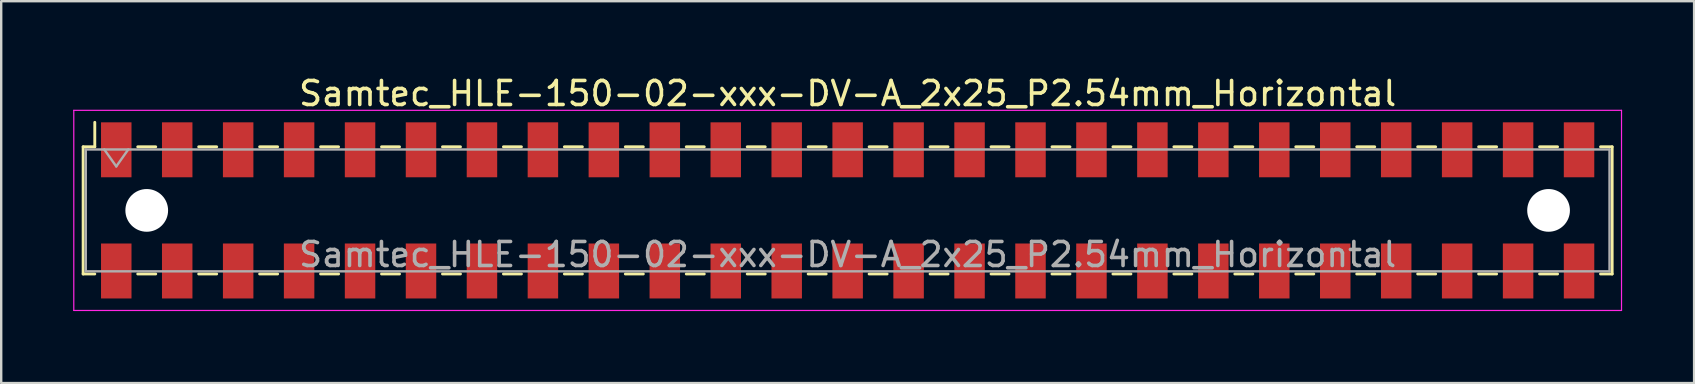
<source format=kicad_pcb>
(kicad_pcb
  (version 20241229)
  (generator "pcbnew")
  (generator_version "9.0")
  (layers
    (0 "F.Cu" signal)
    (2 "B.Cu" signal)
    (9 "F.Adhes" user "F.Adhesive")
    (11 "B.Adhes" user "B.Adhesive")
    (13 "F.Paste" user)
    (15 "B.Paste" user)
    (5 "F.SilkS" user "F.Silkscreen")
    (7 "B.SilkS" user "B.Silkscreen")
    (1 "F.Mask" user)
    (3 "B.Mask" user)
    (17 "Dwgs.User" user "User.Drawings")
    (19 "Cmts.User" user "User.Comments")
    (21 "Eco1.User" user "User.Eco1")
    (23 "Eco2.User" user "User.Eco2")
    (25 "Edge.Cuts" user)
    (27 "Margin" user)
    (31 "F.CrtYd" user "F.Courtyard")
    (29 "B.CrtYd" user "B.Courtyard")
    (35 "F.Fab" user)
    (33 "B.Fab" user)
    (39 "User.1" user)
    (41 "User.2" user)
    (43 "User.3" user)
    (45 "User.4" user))
  (footprint "Samtec_HLE-150-02-xxx-DV-A_2x25_P2.54mm_Horizontal"
    (layer "F.Cu")
    (at 32.275 5.718)
    (property "Reference" "Samtec_HLE-150-02-xxx-DV-A_2x25_P2.54mm_Horizontal" (at 0 -4.87 0) (layer "F.SilkS") (effects (font (size 1 1) (thickness 0.15))))
    (attr smd)
    (fp_line (start -31.86 -2.65) (end -31.86 2.65) (stroke (width 0.12) (type solid)) (layer "F.SilkS"))
    (fp_line (start -31.86 2.65) (end -31.375 2.65) (stroke (width 0.12) (type solid)) (layer "F.SilkS"))
    (fp_line (start -31.375 -3.67) (end -31.375 -2.65) (stroke (width 0.12) (type solid)) (layer "F.SilkS"))
    (fp_line (start -31.375 -2.65) (end -31.86 -2.65) (stroke (width 0.12) (type solid)) (layer "F.SilkS"))
    (fp_line (start -29.585 -2.65) (end -28.835 -2.65) (stroke (width 0.12) (type solid)) (layer "F.SilkS"))
    (fp_line (start -29.585 2.65) (end -28.835 2.65) (stroke (width 0.12) (type solid)) (layer "F.SilkS"))
    (fp_line (start -27.045 -2.65) (end -26.295 -2.65) (stroke (width 0.12) (type solid)) (layer "F.SilkS"))
    (fp_line (start -27.045 2.65) (end -26.295 2.65) (stroke (width 0.12) (type solid)) (layer "F.SilkS"))
    (fp_line (start -24.505 -2.65) (end -23.755 -2.65) (stroke (width 0.12) (type solid)) (layer "F.SilkS"))
    (fp_line (start -24.505 2.65) (end -23.755 2.65) (stroke (width 0.12) (type solid)) (layer "F.SilkS"))
    (fp_line (start -21.965 -2.65) (end -21.215 -2.65) (stroke (width 0.12) (type solid)) (layer "F.SilkS"))
    (fp_line (start -21.965 2.65) (end -21.215 2.65) (stroke (width 0.12) (type solid)) (layer "F.SilkS"))
    (fp_line (start -19.425 -2.65) (end -18.675 -2.65) (stroke (width 0.12) (type solid)) (layer "F.SilkS"))
    (fp_line (start -19.425 2.65) (end -18.675 2.65) (stroke (width 0.12) (type solid)) (layer "F.SilkS"))
    (fp_line (start -16.885 -2.65) (end -16.135 -2.65) (stroke (width 0.12) (type solid)) (layer "F.SilkS"))
    (fp_line (start -16.885 2.65) (end -16.135 2.65) (stroke (width 0.12) (type solid)) (layer "F.SilkS"))
    (fp_line (start -14.345 -2.65) (end -13.595 -2.65) (stroke (width 0.12) (type solid)) (layer "F.SilkS"))
    (fp_line (start -14.345 2.65) (end -13.595 2.65) (stroke (width 0.12) (type solid)) (layer "F.SilkS"))
    (fp_line (start -11.805 -2.65) (end -11.055 -2.65) (stroke (width 0.12) (type solid)) (layer "F.SilkS"))
    (fp_line (start -11.805 2.65) (end -11.055 2.65) (stroke (width 0.12) (type solid)) (layer "F.SilkS"))
    (fp_line (start -9.265 -2.65) (end -8.515 -2.65) (stroke (width 0.12) (type solid)) (layer "F.SilkS"))
    (fp_line (start -9.265 2.65) (end -8.515 2.65) (stroke (width 0.12) (type solid)) (layer "F.SilkS"))
    (fp_line (start -6.725 -2.65) (end -5.975 -2.65) (stroke (width 0.12) (type solid)) (layer "F.SilkS"))
    (fp_line (start -6.725 2.65) (end -5.975 2.65) (stroke (width 0.12) (type solid)) (layer "F.SilkS"))
    (fp_line (start -4.185 -2.65) (end -3.435 -2.65) (stroke (width 0.12) (type solid)) (layer "F.SilkS"))
    (fp_line (start -4.185 2.65) (end -3.435 2.65) (stroke (width 0.12) (type solid)) (layer "F.SilkS"))
    (fp_line (start -1.645 -2.65) (end -0.895 -2.65) (stroke (width 0.12) (type solid)) (layer "F.SilkS"))
    (fp_line (start -1.645 2.65) (end -0.895 2.65) (stroke (width 0.12) (type solid)) (layer "F.SilkS"))
    (fp_line (start 0.895 -2.65) (end 1.645 -2.65) (stroke (width 0.12) (type solid)) (layer "F.SilkS"))
    (fp_line (start 0.895 2.65) (end 1.645 2.65) (stroke (width 0.12) (type solid)) (layer "F.SilkS"))
    (fp_line (start 3.435 -2.65) (end 4.185 -2.65) (stroke (width 0.12) (type solid)) (layer "F.SilkS"))
    (fp_line (start 3.435 2.65) (end 4.185 2.65) (stroke (width 0.12) (type solid)) (layer "F.SilkS"))
    (fp_line (start 5.975 -2.65) (end 6.725 -2.65) (stroke (width 0.12) (type solid)) (layer "F.SilkS"))
    (fp_line (start 5.975 2.65) (end 6.725 2.65) (stroke (width 0.12) (type solid)) (layer "F.SilkS"))
    (fp_line (start 8.515 -2.65) (end 9.265 -2.65) (stroke (width 0.12) (type solid)) (layer "F.SilkS"))
    (fp_line (start 8.515 2.65) (end 9.265 2.65) (stroke (width 0.12) (type solid)) (layer "F.SilkS"))
    (fp_line (start 11.055 -2.65) (end 11.805 -2.65) (stroke (width 0.12) (type solid)) (layer "F.SilkS"))
    (fp_line (start 11.055 2.65) (end 11.805 2.65) (stroke (width 0.12) (type solid)) (layer "F.SilkS"))
    (fp_line (start 13.595 -2.65) (end 14.345 -2.65) (stroke (width 0.12) (type solid)) (layer "F.SilkS"))
    (fp_line (start 13.595 2.65) (end 14.345 2.65) (stroke (width 0.12) (type solid)) (layer "F.SilkS"))
    (fp_line (start 16.135 -2.65) (end 16.885 -2.65) (stroke (width 0.12) (type solid)) (layer "F.SilkS"))
    (fp_line (start 16.135 2.65) (end 16.885 2.65) (stroke (width 0.12) (type solid)) (layer "F.SilkS"))
    (fp_line (start 18.675 -2.65) (end 19.425 -2.65) (stroke (width 0.12) (type solid)) (layer "F.SilkS"))
    (fp_line (start 18.675 2.65) (end 19.425 2.65) (stroke (width 0.12) (type solid)) (layer "F.SilkS"))
    (fp_line (start 21.215 -2.65) (end 21.965 -2.65) (stroke (width 0.12) (type solid)) (layer "F.SilkS"))
    (fp_line (start 21.215 2.65) (end 21.965 2.65) (stroke (width 0.12) (type solid)) (layer "F.SilkS"))
    (fp_line (start 23.755 -2.65) (end 24.505 -2.65) (stroke (width 0.12) (type solid)) (layer "F.SilkS"))
    (fp_line (start 23.755 2.65) (end 24.505 2.65) (stroke (width 0.12) (type solid)) (layer "F.SilkS"))
    (fp_line (start 26.295 -2.65) (end 27.045 -2.65) (stroke (width 0.12) (type solid)) (layer "F.SilkS"))
    (fp_line (start 26.295 2.65) (end 27.045 2.65) (stroke (width 0.12) (type solid)) (layer "F.SilkS"))
    (fp_line (start 28.835 -2.65) (end 29.585 -2.65) (stroke (width 0.12) (type solid)) (layer "F.SilkS"))
    (fp_line (start 28.835 2.65) (end 29.585 2.65) (stroke (width 0.12) (type solid)) (layer "F.SilkS"))
    (fp_line (start 31.375 -2.65) (end 31.86 -2.65) (stroke (width 0.12) (type solid)) (layer "F.SilkS"))
    (fp_line (start 31.86 -2.65) (end 31.86 2.65) (stroke (width 0.12) (type solid)) (layer "F.SilkS"))
    (fp_line (start 31.86 2.65) (end 31.375 2.65) (stroke (width 0.12) (type solid)) (layer "F.SilkS"))
    (fp_line (start -32.25 -4.17) (end 32.25 -4.17) (stroke (width 0.05) (type solid)) (layer "F.CrtYd"))
    (fp_line (start -32.25 4.17) (end -32.25 -4.17) (stroke (width 0.05) (type solid)) (layer "F.CrtYd"))
    (fp_line (start 32.25 -4.17) (end 32.25 4.17) (stroke (width 0.05) (type solid)) (layer "F.CrtYd"))
    (fp_line (start 32.25 4.17) (end -32.25 4.17) (stroke (width 0.05) (type solid)) (layer "F.CrtYd"))
    (fp_line (start -31.75 -2.54) (end 31.75 -2.54) (stroke (width 0.1) (type solid)) (layer "F.Fab"))
    (fp_line (start -31.75 2.54) (end -31.75 -2.54) (stroke (width 0.1) (type solid)) (layer "F.Fab"))
    (fp_line (start -30.98 -2.54) (end -30.48 -1.833) (stroke (width 0.1) (type solid)) (layer "F.Fab"))
    (fp_line (start -30.48 -1.833) (end -29.98 -2.54) (stroke (width 0.1) (type solid)) (layer "F.Fab"))
    (fp_line (start 31.75 -2.54) (end 31.75 2.54) (stroke (width 0.1) (type solid)) (layer "F.Fab"))
    (fp_line (start 31.75 2.54) (end -31.75 2.54) (stroke (width 0.1) (type solid)) (layer "F.Fab"))
    (fp_text user "${REFERENCE}" (at 0 1.84 0) (layer "F.Fab") (effects (font (size 1 1) (thickness 0.15))))
    (pad "" np_thru_hole circle (at -29.21 0) (size 1.78 1.78) (drill 1.78) (layers "*.Cu" "*.Mask"))
    (pad "" np_thru_hole circle (at 29.21 0) (size 1.78 1.78) (drill 1.78) (layers "*.Cu" "*.Mask"))
    (pad "1" smd rect (at -30.48 -2.525) (size 1.27 2.29) (layers "F.Cu" "F.Mask" "F.Paste"))
    (pad "2" smd rect (at -30.48 2.525) (size 1.27 2.29) (layers "F.Cu" "F.Mask" "F.Paste"))
    (pad "3" smd rect (at -27.94 -2.525) (size 1.27 2.29) (layers "F.Cu" "F.Mask" "F.Paste"))
    (pad "4" smd rect (at -27.94 2.525) (size 1.27 2.29) (layers "F.Cu" "F.Mask" "F.Paste"))
    (pad "5" smd rect (at -25.4 -2.525) (size 1.27 2.29) (layers "F.Cu" "F.Mask" "F.Paste"))
    (pad "6" smd rect (at -25.4 2.525) (size 1.27 2.29) (layers "F.Cu" "F.Mask" "F.Paste"))
    (pad "7" smd rect (at -22.86 -2.525) (size 1.27 2.29) (layers "F.Cu" "F.Mask" "F.Paste"))
    (pad "8" smd rect (at -22.86 2.525) (size 1.27 2.29) (layers "F.Cu" "F.Mask" "F.Paste"))
    (pad "9" smd rect (at -20.32 -2.525) (size 1.27 2.29) (layers "F.Cu" "F.Mask" "F.Paste"))
    (pad "10" smd rect (at -20.32 2.525) (size 1.27 2.29) (layers "F.Cu" "F.Mask" "F.Paste"))
    (pad "11" smd rect (at -17.78 -2.525) (size 1.27 2.29) (layers "F.Cu" "F.Mask" "F.Paste"))
    (pad "12" smd rect (at -17.78 2.525) (size 1.27 2.29) (layers "F.Cu" "F.Mask" "F.Paste"))
    (pad "13" smd rect (at -15.24 -2.525) (size 1.27 2.29) (layers "F.Cu" "F.Mask" "F.Paste"))
    (pad "14" smd rect (at -15.24 2.525) (size 1.27 2.29) (layers "F.Cu" "F.Mask" "F.Paste"))
    (pad "15" smd rect (at -12.7 -2.525) (size 1.27 2.29) (layers "F.Cu" "F.Mask" "F.Paste"))
    (pad "16" smd rect (at -12.7 2.525) (size 1.27 2.29) (layers "F.Cu" "F.Mask" "F.Paste"))
    (pad "17" smd rect (at -10.16 -2.525) (size 1.27 2.29) (layers "F.Cu" "F.Mask" "F.Paste"))
    (pad "18" smd rect (at -10.16 2.525) (size 1.27 2.29) (layers "F.Cu" "F.Mask" "F.Paste"))
    (pad "19" smd rect (at -7.62 -2.525) (size 1.27 2.29) (layers "F.Cu" "F.Mask" "F.Paste"))
    (pad "20" smd rect (at -7.62 2.525) (size 1.27 2.29) (layers "F.Cu" "F.Mask" "F.Paste"))
    (pad "21" smd rect (at -5.08 -2.525) (size 1.27 2.29) (layers "F.Cu" "F.Mask" "F.Paste"))
    (pad "22" smd rect (at -5.08 2.525) (size 1.27 2.29) (layers "F.Cu" "F.Mask" "F.Paste"))
    (pad "23" smd rect (at -2.54 -2.525) (size 1.27 2.29) (layers "F.Cu" "F.Mask" "F.Paste"))
    (pad "24" smd rect (at -2.54 2.525) (size 1.27 2.29) (layers "F.Cu" "F.Mask" "F.Paste"))
    (pad "25" smd rect (at 0 -2.525) (size 1.27 2.29) (layers "F.Cu" "F.Mask" "F.Paste"))
    (pad "26" smd rect (at 0 2.525) (size 1.27 2.29) (layers "F.Cu" "F.Mask" "F.Paste"))
    (pad "27" smd rect (at 2.54 -2.525) (size 1.27 2.29) (layers "F.Cu" "F.Mask" "F.Paste"))
    (pad "28" smd rect (at 2.54 2.525) (size 1.27 2.29) (layers "F.Cu" "F.Mask" "F.Paste"))
    (pad "29" smd rect (at 5.08 -2.525) (size 1.27 2.29) (layers "F.Cu" "F.Mask" "F.Paste"))
    (pad "30" smd rect (at 5.08 2.525) (size 1.27 2.29) (layers "F.Cu" "F.Mask" "F.Paste"))
    (pad "31" smd rect (at 7.62 -2.525) (size 1.27 2.29) (layers "F.Cu" "F.Mask" "F.Paste"))
    (pad "32" smd rect (at 7.62 2.525) (size 1.27 2.29) (layers "F.Cu" "F.Mask" "F.Paste"))
    (pad "33" smd rect (at 10.16 -2.525) (size 1.27 2.29) (layers "F.Cu" "F.Mask" "F.Paste"))
    (pad "34" smd rect (at 10.16 2.525) (size 1.27 2.29) (layers "F.Cu" "F.Mask" "F.Paste"))
    (pad "35" smd rect (at 12.7 -2.525) (size 1.27 2.29) (layers "F.Cu" "F.Mask" "F.Paste"))
    (pad "36" smd rect (at 12.7 2.525) (size 1.27 2.29) (layers "F.Cu" "F.Mask" "F.Paste"))
    (pad "37" smd rect (at 15.24 -2.525) (size 1.27 2.29) (layers "F.Cu" "F.Mask" "F.Paste"))
    (pad "38" smd rect (at 15.24 2.525) (size 1.27 2.29) (layers "F.Cu" "F.Mask" "F.Paste"))
    (pad "39" smd rect (at 17.78 -2.525) (size 1.27 2.29) (layers "F.Cu" "F.Mask" "F.Paste"))
    (pad "40" smd rect (at 17.78 2.525) (size 1.27 2.29) (layers "F.Cu" "F.Mask" "F.Paste"))
    (pad "41" smd rect (at 20.32 -2.525) (size 1.27 2.29) (layers "F.Cu" "F.Mask" "F.Paste"))
    (pad "42" smd rect (at 20.32 2.525) (size 1.27 2.29) (layers "F.Cu" "F.Mask" "F.Paste"))
    (pad "43" smd rect (at 22.86 -2.525) (size 1.27 2.29) (layers "F.Cu" "F.Mask" "F.Paste"))
    (pad "44" smd rect (at 22.86 2.525) (size 1.27 2.29) (layers "F.Cu" "F.Mask" "F.Paste"))
    (pad "45" smd rect (at 25.4 -2.525) (size 1.27 2.29) (layers "F.Cu" "F.Mask" "F.Paste"))
    (pad "46" smd rect (at 25.4 2.525) (size 1.27 2.29) (layers "F.Cu" "F.Mask" "F.Paste"))
    (pad "47" smd rect (at 27.94 -2.525) (size 1.27 2.29) (layers "F.Cu" "F.Mask" "F.Paste"))
    (pad "48" smd rect (at 27.94 2.525) (size 1.27 2.29) (layers "F.Cu" "F.Mask" "F.Paste"))
    (pad "49" smd rect (at 30.48 -2.525) (size 1.27 2.29) (layers "F.Cu" "F.Mask" "F.Paste"))
    (pad "50" smd rect (at 30.48 2.525) (size 1.27 2.29) (layers "F.Cu" "F.Mask" "F.Paste")))
  (gr_rect
    (start -3 -3)
    (end 67.55 12.913)
    (stroke (width 0.1) (type default))
    (fill no)
    (layer "Edge.Cuts")))
</source>
